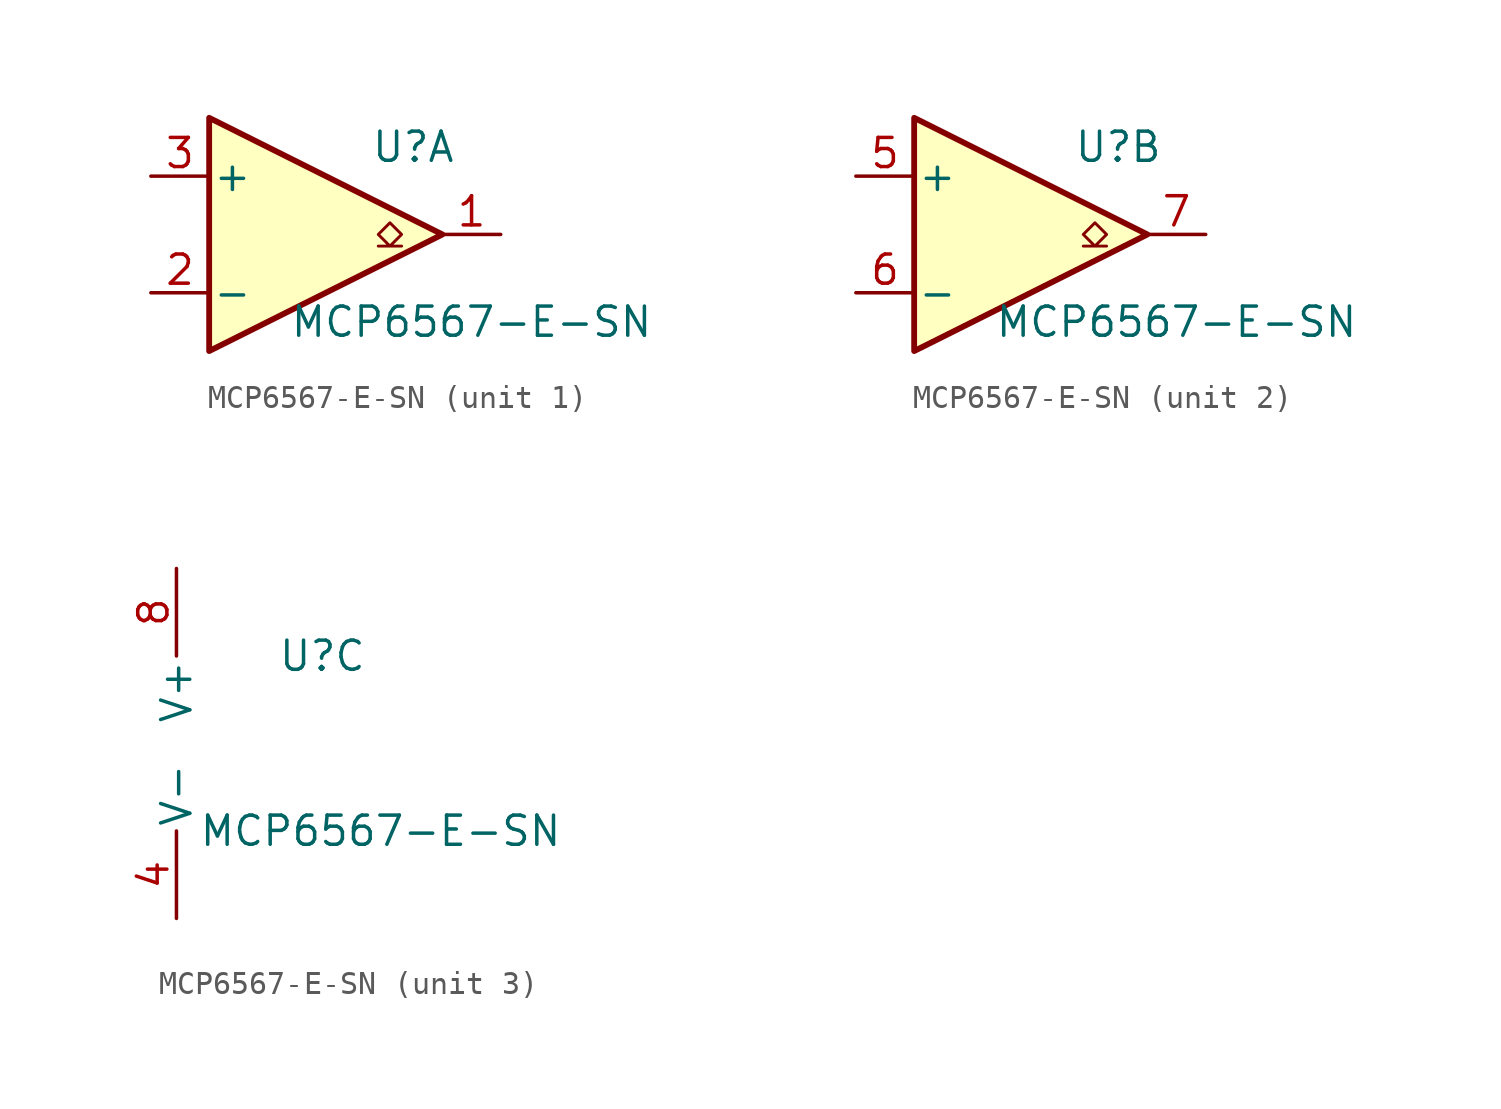
<source format=kicad_sym>
(kicad_symbol_lib
  (version 20220914)
  (generator kicad_db_lib)
  (symbol "MCP6567-E-SN"
    (pin_names
      (offset 0.127))
    (property "Reference" "U"
      (at 3.81 3.81 0)
      (effects (font (size 1.27 1.27))))
    (property "Value" "MCP6567-E-SN"
      (at 6.35 -3.81 0)
      (effects (font (size 1.27 1.27))))
    (property "ki_locked" ""
      (at 0 0 0)
      (effects (font (size 1.27 1.27))))
    (symbol "MCP6567-E-SN_1_1"
      (polyline (pts (xy -5.08 5.08) (xy 5.08 0) (xy -5.08 -5.08) (xy -5.08 5.08)) (stroke (width 0.254) (type default)) (fill (type background)))
      (polyline (pts (xy 3.302 -0.508) (xy 2.794 -0.508) (xy 3.302 0) (xy 2.794 0.508) (xy 2.286 0) (xy 2.794 -0.508) (xy 2.286 -0.508)) (stroke (width 0.127) (type default)) (fill (type none)))
      (pin open_collector line (at 7.62 0 180) (length 2.54) (name "~" (effects (font (size 1.27 1.27)))) (number "1" (effects (font (size 1.27 1.27)))))
      (pin input line (at -7.62 -2.54 0) (length 2.54) (name "-" (effects (font (size 1.27 1.27)))) (number "2" (effects (font (size 1.27 1.27)))))
      (pin input line (at -7.62 2.54 0) (length 2.54) (name "+" (effects (font (size 1.27 1.27)))) (number "3" (effects (font (size 1.27 1.27))))))
    (symbol "MCP6567-E-SN_2_1"
      (polyline (pts (xy -5.08 5.08) (xy 5.08 0) (xy -5.08 -5.08) (xy -5.08 5.08)) (stroke (width 0.254) (type default)) (fill (type background)))
      (polyline (pts (xy 3.302 -0.508) (xy 2.794 -0.508) (xy 3.302 0) (xy 2.794 0.508) (xy 2.286 0) (xy 2.794 -0.508) (xy 2.286 -0.508)) (stroke (width 0.127) (type default)) (fill (type none)))
      (pin input line (at -7.62 2.54 0) (length 2.54) (name "+" (effects (font (size 1.27 1.27)))) (number "5" (effects (font (size 1.27 1.27)))))
      (pin input line (at -7.62 -2.54 0) (length 2.54) (name "-" (effects (font (size 1.27 1.27)))) (number "6" (effects (font (size 1.27 1.27)))))
      (pin open_collector line (at 7.62 0 180) (length 2.54) (name "~" (effects (font (size 1.27 1.27)))) (number "7" (effects (font (size 1.27 1.27))))))
    (symbol "MCP6567-E-SN_3_1"
      (pin power_in line (at -2.54 -7.62 90) (length 3.81) (name "V-" (effects (font (size 1.27 1.27)))) (number "4" (effects (font (size 1.27 1.27)))))
      (pin power_in line (at -2.54 7.62 270) (length 3.81) (name "V+" (effects (font (size 1.27 1.27)))) (number "8" (effects (font (size 1.27 1.27))))))))
</source>
